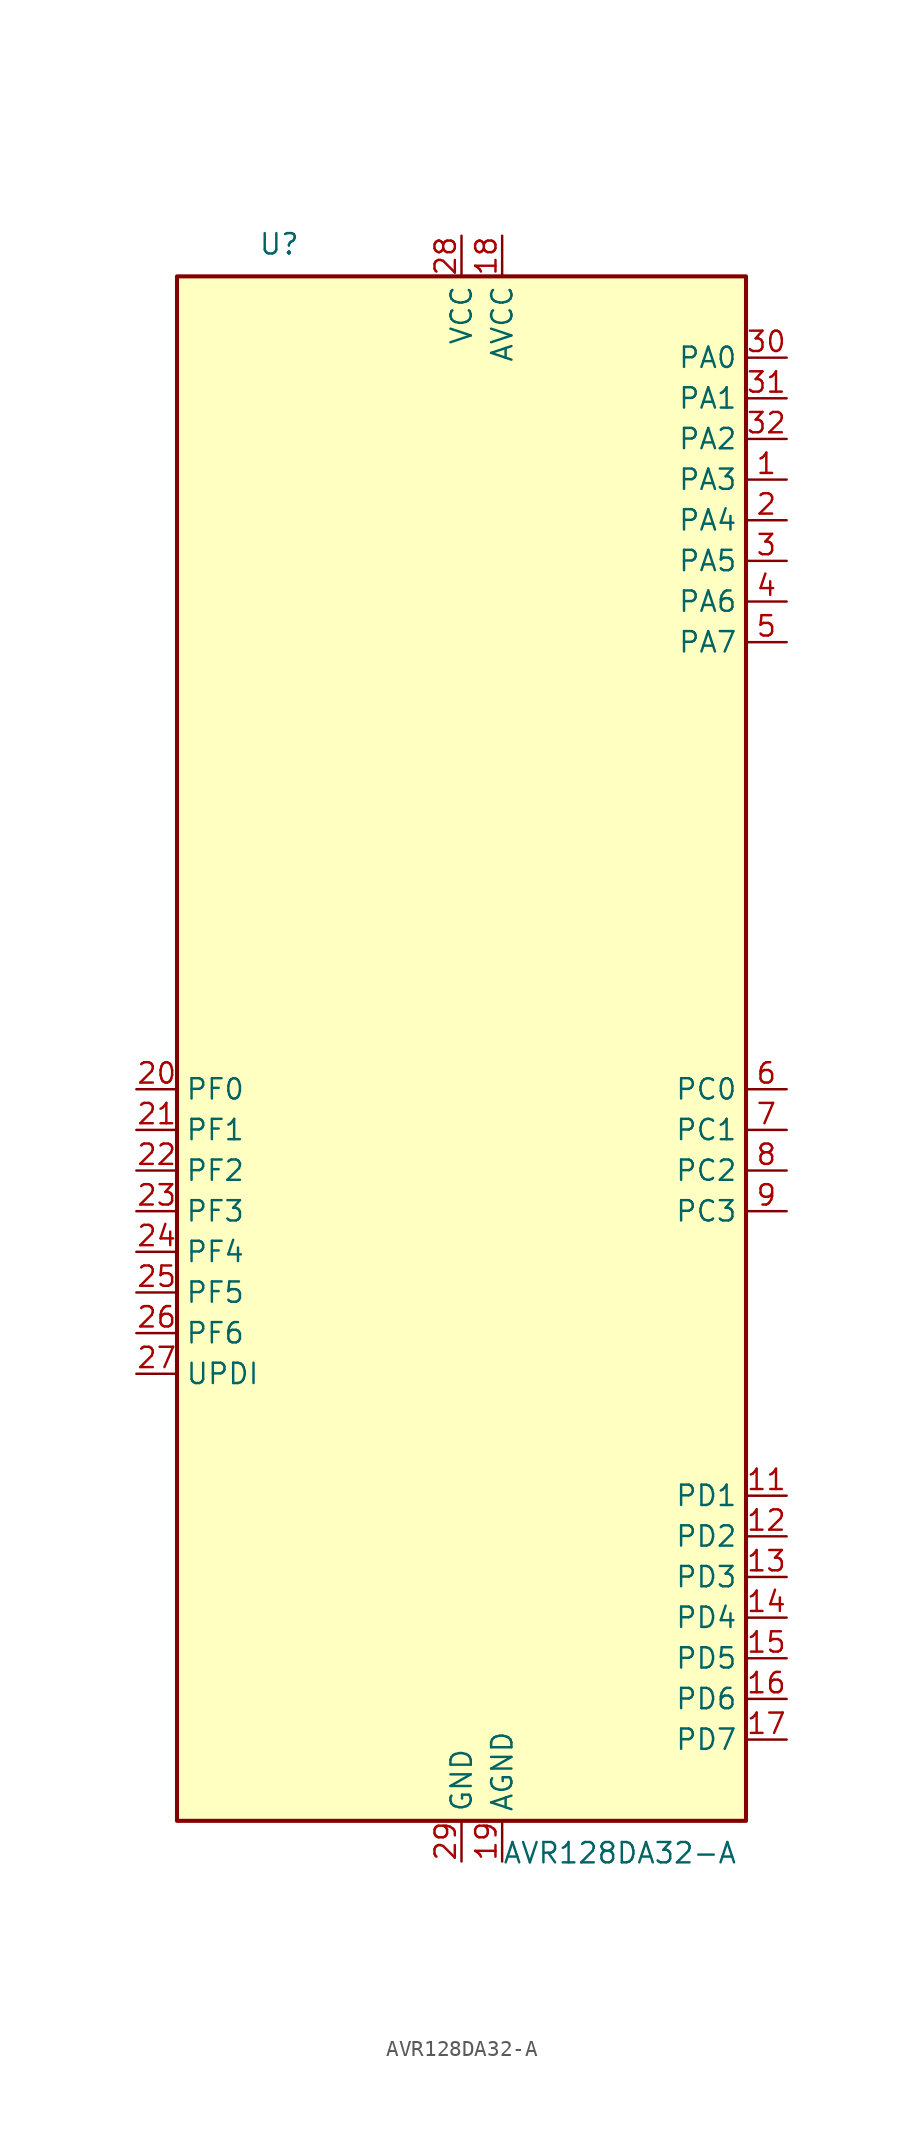
<source format=kicad_sym>
(kicad_symbol_lib
  (version 20211014)
  (generator kicad_symbol_editor)
  (symbol "AVR128DA32-A"
    (property "Reference" "U"
      (at -12.7 49.53 0)
      (effects (font (size 1.27 1.27)) (justify left bottom)))
    (property "Value" "AVR128DA32-A"
      (at 2.54 -49.53 0)
      (effects (font (size 1.27 1.27)) (justify left top)))
    (symbol "AVR128DA32-A_0_1"
      (rectangle (start -17.78 -48.26) (end 17.78 48.26) (stroke (width 0.254) (type default) (color 0 0 0 0)) (fill (type background))))
    (symbol "AVR128DA32-A_1_1"
      (pin bidirectional line (at 20.32 35.56 180) (length 2.54) (name "PA3" (effects (font (size 1.27 1.27)))) (number "1" (effects (font (size 1.27 1.27)))) (alternate "LUT0-OUT" output line) (alternate "TCA0-WO3" output line) (alternate "TCB1-WO" output line) (alternate "TWI0-SCL(MS)" bidirectional line) (alternate "USART0-XDIR" output line) (alternate "X3" output line) (alternate "Y3" bidirectional line))
      (pin power_in line (at 0 50.8 270) (length 2.54) hide (name "VCC" (effects (font (size 1.27 1.27)))) (number "10" (effects (font (size 1.27 1.27)))))
      (pin bidirectional line (at 20.32 -27.94 180) (length 2.54) (name "PD1" (effects (font (size 1.27 1.27)))) (number "11" (effects (font (size 1.27 1.27)))) (alternate "ADC0-AIN1" input line) (alternate "LUT2-IN1" input line) (alternate "TCA0-WO1(3)" output line) (alternate "X17" output line) (alternate "Y17" bidirectional line) (alternate "ZCD0-ZCIN" input line))
      (pin bidirectional line (at 20.32 -30.48 180) (length 2.54) (name "PD2" (effects (font (size 1.27 1.27)))) (number "12" (effects (font (size 1.27 1.27)))) (alternate "AC0-AINP0" input line) (alternate "AC1-AINP0" input line) (alternate "AC2-AINP0" input line) (alternate "ADC0-AIN2" input line) (alternate "EVOUTD" output line) (alternate "LUT2-IN2" input line) (alternate "TCA0-WO2(3)" output line) (alternate "X18" output line) (alternate "Y18" bidirectional line))
      (pin bidirectional line (at 20.32 -33.02 180) (length 2.54) (name "PD3" (effects (font (size 1.27 1.27)))) (number "13" (effects (font (size 1.27 1.27)))) (alternate "AC0-AINN0" input line) (alternate "AC1-AINP1" input line) (alternate "ADC0-AIN3" input line) (alternate "LUT2-OUT" output line) (alternate "TCA0-WO3(3)" output line) (alternate "X19" output line) (alternate "Y19" bidirectional line))
      (pin bidirectional line (at 20.32 -35.56 180) (length 2.54) (name "PD4" (effects (font (size 1.27 1.27)))) (number "14" (effects (font (size 1.27 1.27)))) (alternate "AC1-AINP2" input line) (alternate "AC2-AINP1" input line) (alternate "ADC0-AIN4" input line) (alternate "TCA0-WO4(3)" output line) (alternate "X20" output line) (alternate "Y20" bidirectional line))
      (pin bidirectional line (at 20.32 -38.1 180) (length 2.54) (name "PD5" (effects (font (size 1.27 1.27)))) (number "15" (effects (font (size 1.27 1.27)))) (alternate "AC1-AINN0" input line) (alternate "ADC0-AIN5" input line) (alternate "TCA0-WO5(3)" output line) (alternate "X21" output line) (alternate "Y21" bidirectional line))
      (pin bidirectional line (at 20.32 -40.64 180) (length 2.54) (name "PD6" (effects (font (size 1.27 1.27)))) (number "16" (effects (font (size 1.27 1.27)))) (alternate "AC0-AINP3" input line) (alternate "AC1-AINP3" input line) (alternate "AC2-AINP3" input line) (alternate "ADC0-AIN6" input line) (alternate "DAC0-OUT" output line) (alternate "LUT2-OUT(1)" output line) (alternate "X22" output line) (alternate "Y22" bidirectional line))
      (pin bidirectional line (at 20.32 -43.18 180) (length 2.54) (name "PD7" (effects (font (size 1.27 1.27)))) (number "17" (effects (font (size 1.27 1.27)))) (alternate "AC0-AINN2" input line) (alternate "AC1-AINN2" input line) (alternate "AC2-AINN0/2" input line) (alternate "ADC0-AIN7" input line) (alternate "EVOUTD(1)" output line) (alternate "VREFA" input line) (alternate "X23" output line) (alternate "Y23" bidirectional line))
      (pin power_in line (at 2.54 50.8 270) (length 2.54) (name "AVCC" (effects (font (size 1.27 1.27)))) (number "18" (effects (font (size 1.27 1.27)))))
      (pin power_in line (at 2.54 -50.8 90) (length 2.54) (name "AGND" (effects (font (size 1.27 1.27)))) (number "19" (effects (font (size 1.27 1.27)))))
      (pin bidirectional line (at 20.32 33.02 180) (length 2.54) (name "PA4" (effects (font (size 1.27 1.27)))) (number "2" (effects (font (size 1.27 1.27)))) (alternate "SPI0-MOSI" bidirectional line) (alternate "TCA0-WO4" output line) (alternate "TCD0-WOA" output line) (alternate "USART0-TXD(1)" bidirectional line) (alternate "X4" output line) (alternate "Y4" bidirectional line))
      (pin bidirectional line (at -20.32 -2.54 0) (length 2.54) (name "PF0" (effects (font (size 1.27 1.27)))) (number "20" (effects (font (size 1.27 1.27)))) (alternate "ADC0-AIN16(P)" input line) (alternate "LUT3-IN0" input line) (alternate "TCA0-WO0(5)" output line) (alternate "TCD0-WOA(2)" output line) (alternate "USART2-TXD" bidirectional line) (alternate "X32" output line) (alternate "XTAL32K1" passive line) (alternate "Y32" bidirectional line))
      (pin bidirectional line (at -20.32 -5.08 0) (length 2.54) (name "PF1" (effects (font (size 1.27 1.27)))) (number "21" (effects (font (size 1.27 1.27)))) (alternate "ADC0-AIN17(P)" input line) (alternate "LUT3-IN1" input line) (alternate "TCA0-WO1(5)" output line) (alternate "TCD0-WOB(2)" output line) (alternate "USART2-RXD" input line) (alternate "X33" output line) (alternate "XTAL32K2" passive line) (alternate "Y33" bidirectional line))
      (pin bidirectional line (at -20.32 -7.62 0) (length 2.54) (name "PF2" (effects (font (size 1.27 1.27)))) (number "22" (effects (font (size 1.27 1.27)))) (alternate "ADC0-AIN18(P)" input line) (alternate "EVOUTF" output line) (alternate "LUT3-IN2" input line) (alternate "TCA0-WO2(5)" output line) (alternate "TCD0-WOC(2)" output line) (alternate "TWI1-SDA(MS+)" bidirectional line) (alternate "USART2-XCK" bidirectional line) (alternate "X34" output line) (alternate "Y34" bidirectional line))
      (pin bidirectional line (at -20.32 -10.16 0) (length 2.54) (name "PF3" (effects (font (size 1.27 1.27)))) (number "23" (effects (font (size 1.27 1.27)))) (alternate "ADC0-AIN19(P)" input line) (alternate "LUT3-OUT" output line) (alternate "TCA0-WO3(5)" output line) (alternate "TCD0-WOD(2)" output line) (alternate "TWI1-SCL(MS+)" bidirectional line) (alternate "USART2-XDIR" output line) (alternate "X35" output line) (alternate "Y35" bidirectional line))
      (pin bidirectional line (at -20.32 -12.7 0) (length 2.54) (name "PF4" (effects (font (size 1.27 1.27)))) (number "24" (effects (font (size 1.27 1.27)))) (alternate "ADC0-AIN20(P)" input line) (alternate "TCA0-WO4(5)" output line) (alternate "TCB0-WO(1)" output line) (alternate "USART2-TXD(1)" output line) (alternate "X36" output line) (alternate "Y36" bidirectional line))
      (pin bidirectional line (at -20.32 -15.24 0) (length 2.54) (name "PF5" (effects (font (size 1.27 1.27)))) (number "25" (effects (font (size 1.27 1.27)))) (alternate "ADC0-AIN21(P)" input line) (alternate "TCA0-WO5(5)" output line) (alternate "TCB1-WO(1)" output line) (alternate "USART2-RXD(1)" input line) (alternate "X37" output line) (alternate "Y37" bidirectional line))
      (pin input line (at -20.32 -17.78 0) (length 2.54) (name "PF6" (effects (font (size 1.27 1.27)))) (number "26" (effects (font (size 1.27 1.27)))) (alternate "~{RESET}" input line))
      (pin bidirectional line (at -20.32 -20.32 0) (length 2.54) (name "UPDI" (effects (font (size 1.27 1.27)))) (number "27" (effects (font (size 1.27 1.27)))))
      (pin power_in line (at 0 50.8 270) (length 2.54) (name "VCC" (effects (font (size 1.27 1.27)))) (number "28" (effects (font (size 1.27 1.27)))))
      (pin power_in line (at 0 -50.8 90) (length 2.54) (name "GND" (effects (font (size 1.27 1.27)))) (number "29" (effects (font (size 1.27 1.27)))))
      (pin bidirectional line (at 20.32 30.48 180) (length 2.54) (name "PA5" (effects (font (size 1.27 1.27)))) (number "3" (effects (font (size 1.27 1.27)))) (alternate "SPI0-MISO" bidirectional line) (alternate "TCA0-WO5" output line) (alternate "TCD0-WOB" output line) (alternate "USART0-RXD(1)" input line) (alternate "X5" output line) (alternate "Y5" bidirectional line))
      (pin bidirectional line (at 20.32 43.18 180) (length 2.54) (name "PA0" (effects (font (size 1.27 1.27)))) (number "30" (effects (font (size 1.27 1.27)))) (alternate "EXTCLK" input clock) (alternate "LUT0-IN0" input line) (alternate "TCA0-WO0" output line) (alternate "USART0-TXD" bidirectional line) (alternate "X0" output line) (alternate "Y0" bidirectional line))
      (pin bidirectional line (at 20.32 40.64 180) (length 2.54) (name "PA1" (effects (font (size 1.27 1.27)))) (number "31" (effects (font (size 1.27 1.27)))) (alternate "LUT0-IN1" input line) (alternate "TCA0-WO1" output line) (alternate "USART0-RXD" input line) (alternate "X1" output line) (alternate "Y1" bidirectional line))
      (pin bidirectional line (at 20.32 38.1 180) (length 2.54) (name "PA2" (effects (font (size 1.27 1.27)))) (number "32" (effects (font (size 1.27 1.27)))) (alternate "EVOUTA" output line) (alternate "LUT0-IN2" input line) (alternate "TCA0-WO2" output line) (alternate "TCB0-WO" output line) (alternate "TWI0-SDA(MS)" bidirectional line) (alternate "USART0-XCK" bidirectional line) (alternate "X2" output line) (alternate "Y2" bidirectional line))
      (pin bidirectional line (at 20.32 27.94 180) (length 2.54) (name "PA6" (effects (font (size 1.27 1.27)))) (number "4" (effects (font (size 1.27 1.27)))) (alternate "LUT0-OUT(1)" output line) (alternate "SPI0-SCK" bidirectional line) (alternate "TCD0-WOC" output line) (alternate "USART0-XCK(1)" bidirectional line) (alternate "X6" output line) (alternate "Y6" bidirectional line))
      (pin bidirectional line (at 20.32 25.4 180) (length 2.54) (name "PA7" (effects (font (size 1.27 1.27)))) (number "5" (effects (font (size 1.27 1.27)))) (alternate "AC0-OUT" output line) (alternate "AC1-OUT" output line) (alternate "AC2-OUT" output line) (alternate "CLKOUT" output line) (alternate "EVOUTA(1)" output line) (alternate "SPI0-~{SS}" bidirectional line) (alternate "TCD0-WOD" output line) (alternate "USART0-XDIR(1)" output line) (alternate "X7" output line) (alternate "Y7" bidirectional line) (alternate "ZCD0-OUT" output line) (alternate "ZCD1-OUT" output line) (alternate "ZDC2-OUT" output line))
      (pin bidirectional line (at 20.32 -2.54 180) (length 2.54) (name "PC0" (effects (font (size 1.27 1.27)))) (number "6" (effects (font (size 1.27 1.27)))) (alternate "LUT1-IN0" input line) (alternate "SPI1-MOSI" bidirectional line) (alternate "TCA0-WO0(2)" output line) (alternate "TCB2-WO" output line) (alternate "USART1-TXD" bidirectional line))
      (pin bidirectional line (at 20.32 -5.08 180) (length 2.54) (name "PC1" (effects (font (size 1.27 1.27)))) (number "7" (effects (font (size 1.27 1.27)))) (alternate "LUT1-IN1" input line) (alternate "SPI1-MISO" bidirectional line) (alternate "TCA0-WO1(2)" output line) (alternate "TCB3-WO(1)" output line) (alternate "USART1-RXD" input line))
      (pin bidirectional line (at 20.32 -7.62 180) (length 2.54) (name "PC2" (effects (font (size 1.27 1.27)))) (number "8" (effects (font (size 1.27 1.27)))) (alternate "EVOUTC" output line) (alternate "LUT1-IN2" input line) (alternate "SPI1-SCK" bidirectional line) (alternate "TCA-WO2(2)" output line) (alternate "TWI0-SDA(MS+)(0,2)" bidirectional line) (alternate "USART1-XCK" bidirectional line))
      (pin bidirectional line (at 20.32 -10.16 180) (length 2.54) (name "PC3" (effects (font (size 1.27 1.27)))) (number "9" (effects (font (size 1.27 1.27)))) (alternate "LUT1-OUT" output line) (alternate "SPI1-~{SS}" bidirectional line) (alternate "TCA0-WO3(2)" output line) (alternate "TWI0-SCL(MS)(0,2" bidirectional line) (alternate "USART1-XDIR" output line)))))
</source>
